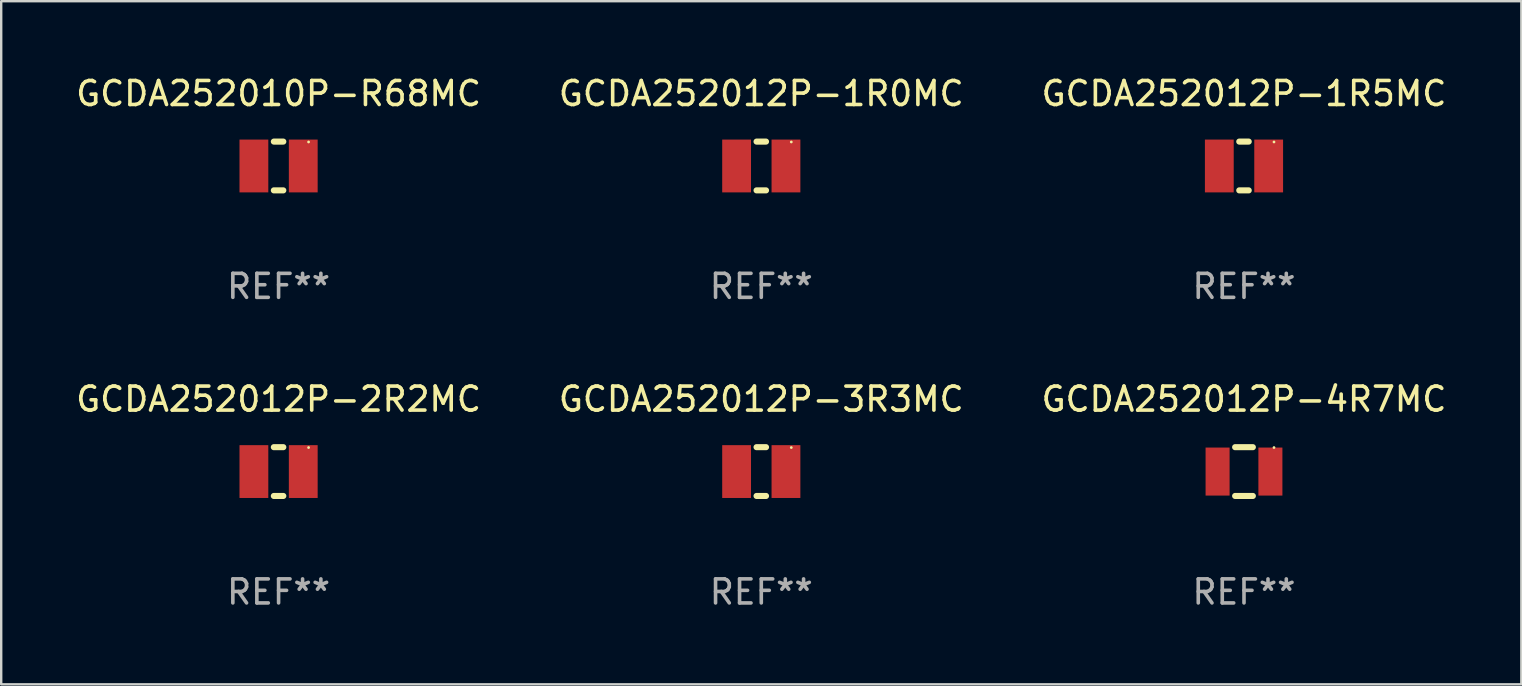
<source format=kicad_pcb>
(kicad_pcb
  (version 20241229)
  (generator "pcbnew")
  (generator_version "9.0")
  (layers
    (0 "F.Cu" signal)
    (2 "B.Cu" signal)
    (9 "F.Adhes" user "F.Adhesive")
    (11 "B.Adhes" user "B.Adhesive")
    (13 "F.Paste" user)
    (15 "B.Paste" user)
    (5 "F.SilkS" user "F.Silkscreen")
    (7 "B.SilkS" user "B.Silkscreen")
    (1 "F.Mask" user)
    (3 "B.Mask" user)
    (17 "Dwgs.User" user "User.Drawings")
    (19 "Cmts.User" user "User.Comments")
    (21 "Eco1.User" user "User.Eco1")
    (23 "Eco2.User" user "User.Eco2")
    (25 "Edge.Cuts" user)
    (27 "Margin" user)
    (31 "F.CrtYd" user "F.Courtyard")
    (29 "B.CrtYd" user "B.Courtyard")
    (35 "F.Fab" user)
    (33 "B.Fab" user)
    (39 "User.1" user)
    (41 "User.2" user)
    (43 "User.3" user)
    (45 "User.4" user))
  (footprint "GCDA252012P-2R2MC"
    (layer "F.Cu")
    (at 8.554 16.593)
    (property "Reference" "GCDA252012P-2R2MC" (at 0 -3.016 0) (layer "F.SilkS") (effects (font (size 1 1) (thickness 0.15))))
    (attr through_hole)
    (fp_line (start -0.197 1.016) (end 0.197 1.016) (stroke (width 0.254) (type solid)) (layer "F.SilkS"))
    (fp_line (start 0.197 -1.016) (end -0.197 -1.016) (stroke (width 0.254) (type solid)) (layer "F.SilkS"))
    (fp_circle (center 1.25 -1) (end 1.28 -1) (stroke (width 0.06) (type solid)) (fill no) (layer "F.SilkS"))
    (fp_text user "REF**" (at 0 5.016 0) (layer "F.Fab") (effects (font (size 1 1) (thickness 0.15))))
    (pad "1" smd rect (at 1.028 0) (size 1.2 2.2) (layers "F.Cu" "F.Mask" "F.Paste"))
    (pad "2" smd rect (at -1.028 0) (size 1.2 2.2) (layers "F.Cu" "F.Mask" "F.Paste")))
  (footprint "GCDA252012P-1R5MC"
    (layer "F.Cu")
    (at 48.768 3.864)
    (property "Reference" "GCDA252012P-1R5MC" (at 0 -3.016 0) (layer "F.SilkS") (effects (font (size 1 1) (thickness 0.15))))
    (attr through_hole)
    (fp_line (start -0.197 1.016) (end 0.197 1.016) (stroke (width 0.254) (type solid)) (layer "F.SilkS"))
    (fp_line (start 0.197 -1.016) (end -0.197 -1.016) (stroke (width 0.254) (type solid)) (layer "F.SilkS"))
    (fp_circle (center 1.25 -1) (end 1.28 -1) (stroke (width 0.06) (type solid)) (fill no) (layer "F.SilkS"))
    (fp_text user "REF**" (at 0 5.016 0) (layer "F.Fab") (effects (font (size 1 1) (thickness 0.15))))
    (pad "1" smd rect (at 1.028 0) (size 1.2 2.2) (layers "F.Cu" "F.Mask" "F.Paste"))
    (pad "2" smd rect (at -1.028 0) (size 1.2 2.2) (layers "F.Cu" "F.Mask" "F.Paste")))
  (footprint "GCDA252012P-3R3MC"
    (layer "F.Cu")
    (at 28.661 16.593)
    (property "Reference" "GCDA252012P-3R3MC" (at 0 -3.016 0) (layer "F.SilkS") (effects (font (size 1 1) (thickness 0.15))))
    (attr through_hole)
    (fp_line (start -0.197 1.016) (end 0.197 1.016) (stroke (width 0.254) (type solid)) (layer "F.SilkS"))
    (fp_line (start 0.197 -1.016) (end -0.197 -1.016) (stroke (width 0.254) (type solid)) (layer "F.SilkS"))
    (fp_circle (center 1.25 -1) (end 1.28 -1) (stroke (width 0.06) (type solid)) (fill no) (layer "F.SilkS"))
    (fp_text user "REF**" (at 0 5.016 0) (layer "F.Fab") (effects (font (size 1 1) (thickness 0.15))))
    (pad "1" smd rect (at 1.028 0) (size 1.2 2.2) (layers "F.Cu" "F.Mask" "F.Paste"))
    (pad "2" smd rect (at -1.028 0) (size 1.2 2.2) (layers "F.Cu" "F.Mask" "F.Paste")))
  (footprint "GCDA252010P-R68MC"
    (layer "F.Cu")
    (at 8.554 3.864)
    (property "Reference" "GCDA252010P-R68MC" (at 0 -3.016 0) (layer "F.SilkS") (effects (font (size 1 1) (thickness 0.15))))
    (attr through_hole)
    (fp_line (start -0.197 1.016) (end 0.197 1.016) (stroke (width 0.254) (type solid)) (layer "F.SilkS"))
    (fp_line (start 0.197 -1.016) (end -0.197 -1.016) (stroke (width 0.254) (type solid)) (layer "F.SilkS"))
    (fp_circle (center 1.25 -1) (end 1.28 -1) (stroke (width 0.06) (type solid)) (fill no) (layer "F.SilkS"))
    (fp_text user "REF**" (at 0 5.016 0) (layer "F.Fab") (effects (font (size 1 1) (thickness 0.15))))
    (pad "1" smd rect (at 1.028 0) (size 1.2 2.2) (layers "F.Cu" "F.Mask" "F.Paste"))
    (pad "2" smd rect (at -1.028 0) (size 1.2 2.2) (layers "F.Cu" "F.Mask" "F.Paste")))
  (footprint "GCDA252012P-1R0MC"
    (layer "F.Cu")
    (at 28.661 3.864)
    (property "Reference" "GCDA252012P-1R0MC" (at 0 -3.016 0) (layer "F.SilkS") (effects (font (size 1 1) (thickness 0.15))))
    (attr through_hole)
    (fp_line (start -0.197 1.016) (end 0.197 1.016) (stroke (width 0.254) (type solid)) (layer "F.SilkS"))
    (fp_line (start 0.197 -1.016) (end -0.197 -1.016) (stroke (width 0.254) (type solid)) (layer "F.SilkS"))
    (fp_circle (center 1.25 -1) (end 1.28 -1) (stroke (width 0.06) (type solid)) (fill no) (layer "F.SilkS"))
    (fp_text user "REF**" (at 0 5.016 0) (layer "F.Fab") (effects (font (size 1 1) (thickness 0.15))))
    (pad "1" smd rect (at 1.028 0) (size 1.2 2.2) (layers "F.Cu" "F.Mask" "F.Paste"))
    (pad "2" smd rect (at -1.028 0) (size 1.2 2.2) (layers "F.Cu" "F.Mask" "F.Paste")))
  (footprint "GCDA252012P-4R7MC"
    (layer "F.Cu")
    (at 48.768 16.593)
    (property "Reference" "GCDA252012P-4R7MC" (at 0 -3.016 0) (layer "F.SilkS") (effects (font (size 1 1) (thickness 0.15))))
    (attr through_hole)
    (fp_line (start -0.369 1.016) (end 0.369 1.016) (stroke (width 0.254) (type solid)) (layer "F.SilkS"))
    (fp_line (start 0.369 -1.016) (end -0.369 -1.016) (stroke (width 0.254) (type solid)) (layer "F.SilkS"))
    (fp_circle (center 1.25 -1) (end 1.28 -1) (stroke (width 0.06) (type solid)) (fill no) (layer "F.SilkS"))
    (fp_text user "REF**" (at 0 5.016 0) (layer "F.Fab") (effects (font (size 1 1) (thickness 0.15))))
    (pad "1" smd rect (at 1.1 0) (size 1 2) (layers "F.Cu" "F.Mask" "F.Paste"))
    (pad "2" smd rect (at -1.1 0) (size 1 2) (layers "F.Cu" "F.Mask" "F.Paste")))
  (gr_rect
    (start -3 -3)
    (end 60.321 25.457)
    (stroke (width 0.1) (type default))
    (fill no)
    (layer "Edge.Cuts")))
</source>
